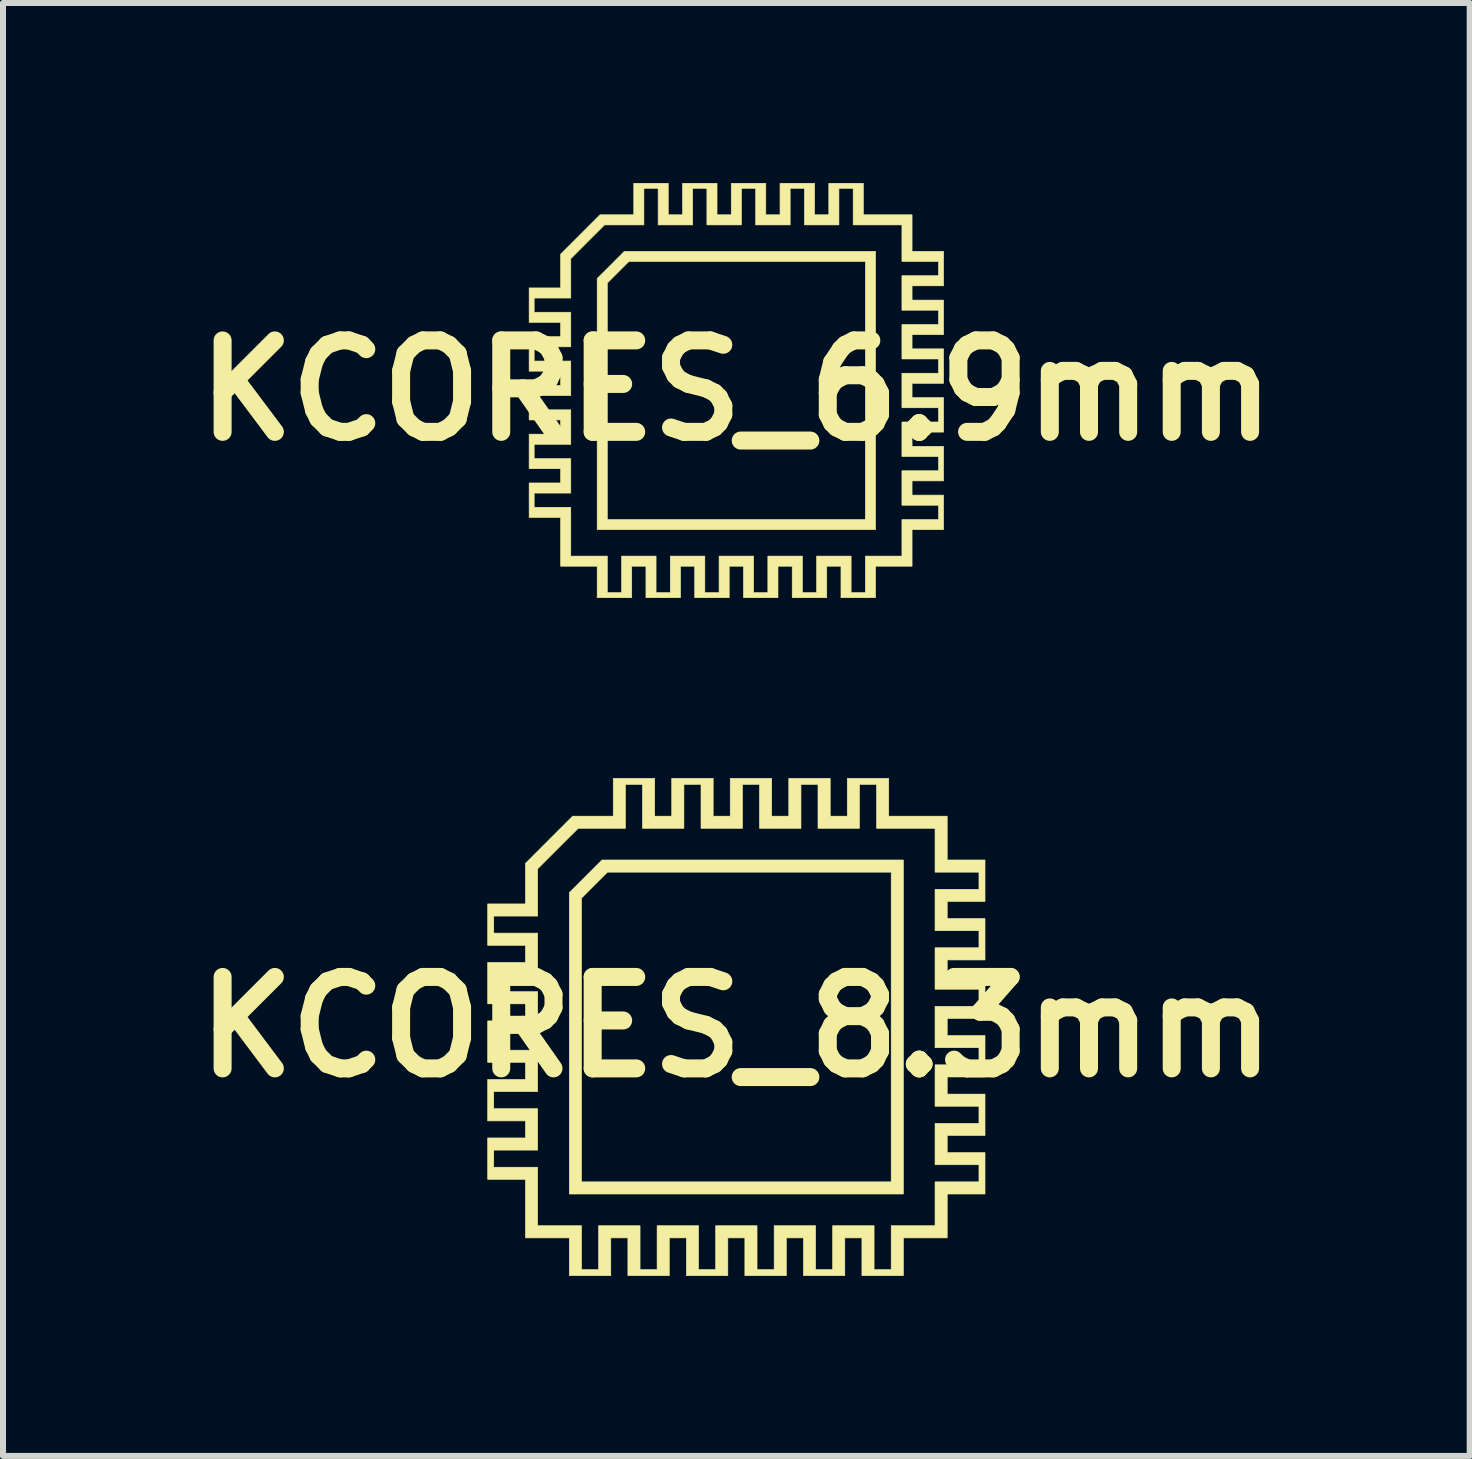
<source format=kicad_pcb>
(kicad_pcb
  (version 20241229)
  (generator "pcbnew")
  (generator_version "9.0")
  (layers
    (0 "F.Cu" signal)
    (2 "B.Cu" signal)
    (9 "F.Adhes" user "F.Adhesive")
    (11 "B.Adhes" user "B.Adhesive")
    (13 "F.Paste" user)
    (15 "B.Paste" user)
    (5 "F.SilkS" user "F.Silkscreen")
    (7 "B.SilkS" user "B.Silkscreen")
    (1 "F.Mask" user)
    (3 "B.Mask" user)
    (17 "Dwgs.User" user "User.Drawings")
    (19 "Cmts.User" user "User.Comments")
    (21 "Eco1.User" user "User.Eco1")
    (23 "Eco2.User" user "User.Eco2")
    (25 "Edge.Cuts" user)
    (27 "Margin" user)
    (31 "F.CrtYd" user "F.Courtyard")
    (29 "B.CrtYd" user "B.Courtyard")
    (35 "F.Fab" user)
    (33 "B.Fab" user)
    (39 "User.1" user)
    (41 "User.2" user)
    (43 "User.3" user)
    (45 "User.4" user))
  (footprint "KCORES_6.9mm"
    (layer "F.Cu")
    (at 9.224 3.459)
    (property "Reference" "KCORES_6.9mm" (at 0 0 0) (layer "F.SilkS") (effects (font (size 1.524 1.524) (thickness 0.3))))
    (attr through_hole)
    (fp_poly (pts (xy 2.32 2.32) (xy -2.32 2.32) (xy -2.32 -1.791) (xy -2.151 -1.791) (xy -2.151 2.151) (xy 2.151 2.151) (xy 2.151 -2.151) (xy -1.791 -2.151) (xy -2.151 -1.791) (xy -2.32 -1.791) (xy -2.32 -1.867) (xy -2.093 -2.093) (xy -1.867 -2.32) (xy 2.32 -2.32) (xy 2.32 2.32)) (stroke (width 0.01) (type solid)) (fill yes) (layer "F.SilkS"))
    (fp_poly (pts (xy -1.135 -2.929) (xy -0.897 -2.929) (xy -0.897 -3.454) (xy -0.322 -3.454) (xy -0.322 -2.929) (xy -0.085 -2.929) (xy -0.085 -3.454) (xy 0.491 -3.454) (xy 0.491 -2.929) (xy 0.728 -2.929) (xy 0.728 -3.454) (xy 1.304 -3.454) (xy 1.304 -2.929) (xy 1.541 -2.929) (xy 1.541 -3.454) (xy 2.117 -3.454) (xy 2.117 -2.929) (xy 2.929 -2.929) (xy 2.929 -2.32) (xy 3.454 -2.32) (xy 3.454 -1.744) (xy 2.929 -1.744) (xy 2.929 -1.507) (xy 3.454 -1.507) (xy 3.454 -0.931) (xy 2.929 -0.931) (xy 2.929 -0.694) (xy 3.454 -0.694) (xy 3.454 -0.119) (xy 2.929 -0.119) (xy 2.929 0.119) (xy 3.454 0.119) (xy 3.454 0.694) (xy 2.929 0.694) (xy 2.929 0.931) (xy 3.454 0.931) (xy 3.454 1.507) (xy 2.929 1.507) (xy 2.929 1.744) (xy 3.454 1.744) (xy 3.454 2.32) (xy 2.929 2.32) (xy 2.929 2.929) (xy 2.32 2.929) (xy 2.32 3.454) (xy 1.744 3.454) (xy 1.744 2.929) (xy 1.507 2.929) (xy 1.507 3.454) (xy 0.931 3.454) (xy 0.931 2.929) (xy 0.694 2.929) (xy 0.694 3.454) (xy 0.119 3.454) (xy 0.119 2.929) (xy -0.119 2.929) (xy -0.119 3.454) (xy -0.694 3.454) (xy -0.694 2.929) (xy -0.931 2.929) (xy -0.931 3.454) (xy -1.507 3.454) (xy -1.507 2.929) (xy -1.744 2.929) (xy -1.744 3.454) (xy -2.32 3.454) (xy -2.32 2.929) (xy -2.929 2.929) (xy -2.929 2.117) (xy -3.454 2.117) (xy -3.454 1.541) (xy -2.929 1.541) (xy -2.929 1.304) (xy -3.454 1.304) (xy -3.454 0.728) (xy -2.929 0.728) (xy -2.929 0.491) (xy -3.454 0.491) (xy -3.454 -0.085) (xy -2.929 -0.085) (xy -2.929 -0.322) (xy -3.454 -0.322) (xy -3.454 -0.897) (xy -2.929 -0.897) (xy -2.929 -1.135) (xy -3.454 -1.135) (xy -3.454 -1.541) (xy -3.37 -1.541) (xy -3.37 -1.304) (xy -2.76 -1.304) (xy -2.76 -0.728) (xy -3.37 -0.728) (xy -3.37 -0.491) (xy -2.76 -0.491) (xy -2.76 0.085) (xy -3.37 0.085) (xy -3.37 0.322) (xy -2.76 0.322) (xy -2.76 0.897) (xy -3.37 0.897) (xy -3.37 1.135) (xy -2.76 1.135) (xy -2.76 1.71) (xy -3.37 1.71) (xy -3.37 1.947) (xy -2.76 1.947) (xy -2.76 2.76) (xy -2.151 2.76) (xy -2.151 3.37) (xy -1.913 3.37) (xy -1.913 2.76) (xy -1.338 2.76) (xy -1.338 3.37) (xy -1.101 3.37) (xy -1.101 2.76) (xy -0.525 2.76) (xy -0.525 3.37) (xy -0.288 3.37) (xy -0.288 2.76) (xy 0.288 2.76) (xy 0.288 3.37) (xy 0.525 3.37) (xy 0.525 2.76) (xy 1.101 2.76) (xy 1.101 3.37) (xy 1.338 3.37) (xy 1.338 2.76) (xy 1.913 2.76) (xy 1.913 3.37) (xy 2.151 3.37) (xy 2.151 2.76) (xy 2.76 2.76) (xy 2.76 2.151) (xy 3.37 2.151) (xy 3.37 1.913) (xy 2.76 1.913) (xy 2.76 1.338) (xy 3.37 1.338) (xy 3.37 1.101) (xy 2.76 1.101) (xy 2.76 0.525) (xy 3.37 0.525) (xy 3.37 0.288) (xy 2.76 0.288) (xy 2.76 -0.288) (xy 3.37 -0.288) (xy 3.37 -0.525) (xy 2.76 -0.525) (xy 2.76 -1.101) (xy 3.37 -1.101) (xy 3.37 -1.338) (xy 2.76 -1.338) (xy 2.76 -1.913) (xy 3.37 -1.913) (xy 3.37 -2.151) (xy 2.76 -2.151) (xy 2.76 -2.76) (xy 1.947 -2.76) (xy 1.947 -3.37) (xy 1.71 -3.37) (xy 1.71 -2.76) (xy 1.135 -2.76) (xy 1.135 -3.37) (xy 0.897 -3.37) (xy 0.897 -2.76) (xy 0.322 -2.76) (xy 0.322 -3.37) (xy 0.085 -3.37) (xy 0.085 -2.76) (xy -0.491 -2.76) (xy -0.491 -3.37) (xy -0.728 -3.37) (xy -0.728 -2.76) (xy -1.304 -2.76) (xy -1.304 -3.37) (xy -1.541 -3.37) (xy -1.541 -2.76) (xy -2.197 -2.76) (xy -2.479 -2.479) (xy -2.76 -2.197) (xy -2.76 -1.541) (xy -3.37 -1.541) (xy -3.454 -1.541) (xy -3.454 -1.71) (xy -2.929 -1.71) (xy -2.929 -2.273) (xy -2.601 -2.601) (xy -2.273 -2.929) (xy -1.71 -2.929) (xy -1.71 -3.454) (xy -1.135 -3.454) (xy -1.135 -2.929)) (stroke (width 0.01) (type solid)) (fill yes) (layer "F.SilkS")))
  (footprint "KCORES_8.3mm"
    (layer "F.Cu")
    (at 9.224 14.069)
    (property "Reference" "KCORES_8.3mm" (at 0 0 0) (layer "F.SilkS") (effects (font (size 1.524 1.524) (thickness 0.3))))
    (attr through_hole)
    (fp_poly (pts (xy 2.784 2.784) (xy -2.784 2.784) (xy -2.784 -2.149) (xy -2.581 -2.149) (xy -2.581 2.581) (xy 2.581 2.581) (xy 2.581 -2.581) (xy 0.216 -2.581) (xy -2.149 -2.581) (xy -2.365 -2.365) (xy -2.581 -2.149) (xy -2.784 -2.149) (xy -2.784 -2.24) (xy -2.24 -2.784) (xy 2.784 -2.784) (xy 2.784 2.784)) (stroke (width 0.01) (type solid)) (fill yes) (layer "F.SilkS"))
    (fp_poly (pts (xy -1.361 -3.515) (xy -1.077 -3.515) (xy -1.077 -4.145) (xy -0.386 -4.145) (xy -0.386 -3.515) (xy -0.102 -3.515) (xy -0.102 -4.145) (xy 0.589 -4.145) (xy 0.589 -3.515) (xy 0.874 -3.515) (xy 0.874 -4.145) (xy 1.565 -4.145) (xy 1.565 -3.515) (xy 1.849 -3.515) (xy 1.849 -4.145) (xy 2.54 -4.145) (xy 2.54 -3.515) (xy 3.515 -3.515) (xy 3.515 -2.784) (xy 4.145 -2.784) (xy 4.145 -2.093) (xy 3.515 -2.093) (xy 3.515 -1.808) (xy 4.145 -1.808) (xy 4.145 -1.118) (xy 3.515 -1.118) (xy 3.515 -0.833) (xy 4.145 -0.833) (xy 4.145 -0.142) (xy 3.515 -0.142) (xy 3.515 0.142) (xy 4.145 0.142) (xy 4.145 0.833) (xy 3.515 0.833) (xy 3.515 1.118) (xy 4.145 1.118) (xy 4.145 1.808) (xy 3.515 1.808) (xy 3.515 2.093) (xy 4.145 2.093) (xy 4.145 2.784) (xy 3.515 2.784) (xy 3.515 3.515) (xy 2.784 3.515) (xy 2.784 4.145) (xy 2.093 4.145) (xy 2.093 3.515) (xy 1.808 3.515) (xy 1.808 4.145) (xy 1.118 4.145) (xy 1.118 3.515) (xy 0.833 3.515) (xy 0.833 4.145) (xy 0.142 4.145) (xy 0.142 3.515) (xy -0.142 3.515) (xy -0.142 4.145) (xy -0.833 4.145) (xy -0.833 3.515) (xy -1.118 3.515) (xy -1.118 4.145) (xy -1.808 4.145) (xy -1.808 3.515) (xy -2.093 3.515) (xy -2.093 4.145) (xy -2.784 4.145) (xy -2.784 3.515) (xy -3.515 3.515) (xy -3.515 2.54) (xy -4.145 2.54) (xy -4.145 1.849) (xy -3.515 1.849) (xy -3.515 1.565) (xy -4.145 1.565) (xy -4.145 0.874) (xy -3.515 0.874) (xy -3.515 0.589) (xy -4.145 0.589) (xy -4.145 -0.102) (xy -3.515 -0.102) (xy -3.515 -0.386) (xy -4.145 -0.386) (xy -4.145 -1.077) (xy -3.515 -1.077) (xy -3.515 -1.361) (xy -4.145 -1.361) (xy -4.145 -1.849) (xy -4.044 -1.849) (xy -4.044 -1.565) (xy -3.312 -1.565) (xy -3.312 -0.874) (xy -4.044 -0.874) (xy -4.044 -0.589) (xy -3.312 -0.589) (xy -3.312 0.102) (xy -4.044 0.102) (xy -4.044 0.386) (xy -3.312 0.386) (xy -3.312 1.077) (xy -4.044 1.077) (xy -4.044 1.361) (xy -3.312 1.361) (xy -3.312 2.052) (xy -4.044 2.052) (xy -4.044 2.337) (xy -3.312 2.337) (xy -3.312 3.312) (xy -2.581 3.312) (xy -2.581 4.044) (xy -2.296 4.044) (xy -2.296 3.312) (xy -1.605 3.312) (xy -1.605 4.044) (xy -1.321 4.044) (xy -1.321 3.312) (xy -0.63 3.312) (xy -0.63 4.044) (xy -0.345 4.044) (xy -0.345 3.312) (xy 0.345 3.312) (xy 0.345 4.044) (xy 0.63 4.044) (xy 0.63 3.312) (xy 1.321 3.312) (xy 1.321 4.044) (xy 1.605 4.044) (xy 1.605 3.312) (xy 2.296 3.312) (xy 2.296 4.044) (xy 2.581 4.044) (xy 2.581 3.312) (xy 3.312 3.312) (xy 3.312 2.581) (xy 4.044 2.581) (xy 4.044 2.296) (xy 3.312 2.296) (xy 3.312 1.605) (xy 4.044 1.605) (xy 4.044 1.321) (xy 3.312 1.321) (xy 3.312 0.63) (xy 4.044 0.63) (xy 4.044 0.345) (xy 3.312 0.345) (xy 3.312 -0.345) (xy 4.044 -0.345) (xy 4.044 -0.63) (xy 3.312 -0.63) (xy 3.312 -1.321) (xy 4.044 -1.321) (xy 4.044 -1.605) (xy 3.312 -1.605) (xy 3.312 -2.296) (xy 4.044 -2.296) (xy 4.044 -2.581) (xy 3.312 -2.581) (xy 3.312 -3.312) (xy 2.337 -3.312) (xy 2.337 -4.044) (xy 2.052 -4.044) (xy 2.052 -3.312) (xy 1.361 -3.312) (xy 1.361 -4.044) (xy 1.077 -4.044) (xy 1.077 -3.312) (xy 0.386 -3.312) (xy 0.386 -4.044) (xy 0.102 -4.044) (xy 0.102 -3.312) (xy -0.589 -3.312) (xy -0.589 -4.044) (xy -0.874 -4.044) (xy -0.874 -3.312) (xy -1.565 -3.312) (xy -1.565 -4.044) (xy -1.849 -4.044) (xy -1.849 -3.312) (xy -2.636 -3.312) (xy -3.312 -2.637) (xy -3.312 -1.849) (xy -4.044 -1.849) (xy -4.145 -1.849) (xy -4.145 -2.052) (xy -3.515 -2.052) (xy -3.515 -2.39) (xy -3.515 -2.728) (xy -3.122 -3.122) (xy -2.728 -3.515) (xy -2.052 -3.515) (xy -2.052 -4.145) (xy -1.361 -4.145) (xy -1.361 -3.515)) (stroke (width 0.01) (type solid)) (fill yes) (layer "F.SilkS")))
  (gr_rect
    (start -3 -3)
    (end 21.448 21.219)
    (stroke (width 0.1) (type default))
    (fill no)
    (layer "Edge.Cuts")))
</source>
